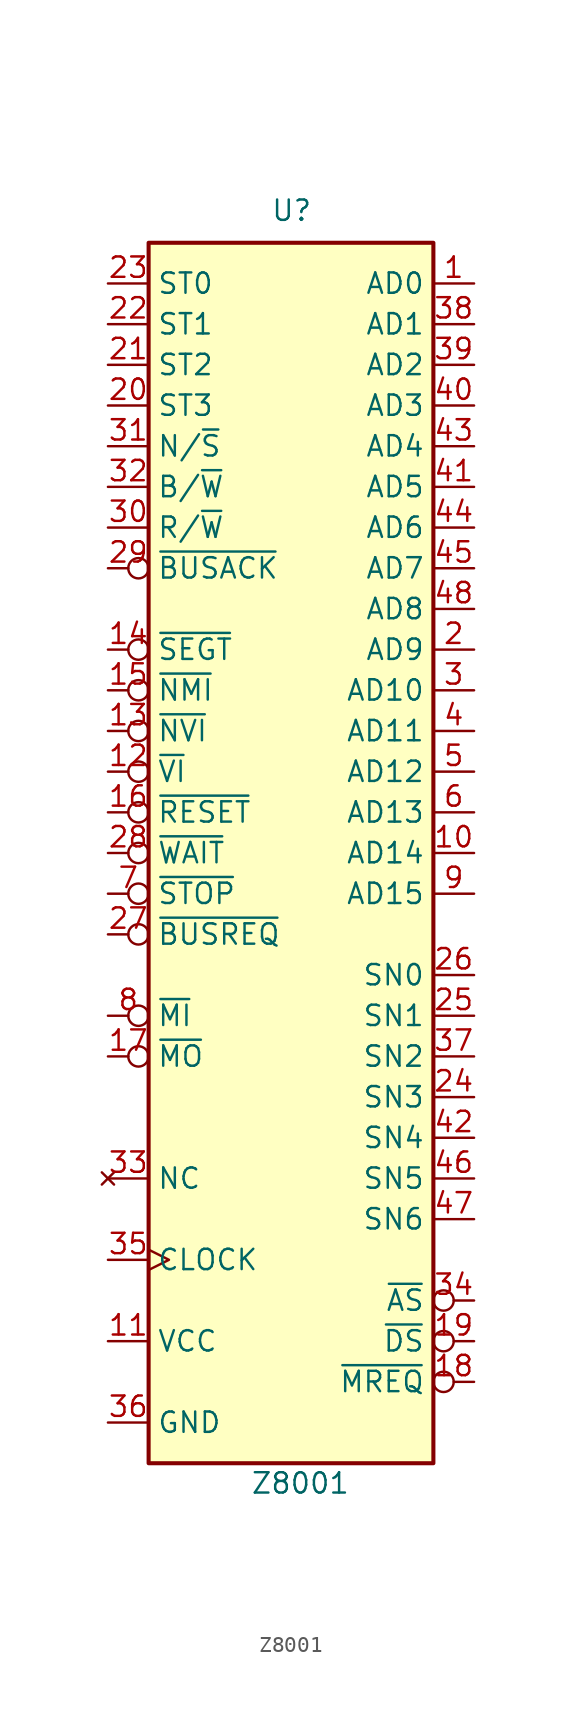
<source format=kicad_sym>
(kicad_symbol_lib
  (version 20231120)
  (generator "kicad_symbol_editor")
  (generator_version "8.0")
  (symbol "Z8001"
    (property "Reference" "U"
      (at -1.27 39.37 0)
      (effects (font (size 1.27 1.27)) (justify left bottom)))
    (property "Value" "Z8001"
      (at -2.54 -38.608 0)
      (effects (font (size 1.27 1.27)) (justify left top)))
    (symbol "Z8001_0_0"
      (pin input inverted (at -11.43 12.7 0) (length 2.54) (name "~{SEGT}" (effects (font (size 1.27 1.27)))) (number "14" (effects (font (size 1.27 1.27)))))
      (pin output line (at 11.43 -15.24 180) (length 2.54) (name "SN3" (effects (font (size 1.27 1.27)))) (number "24" (effects (font (size 1.27 1.27)))))
      (pin output line (at 11.43 -10.16 180) (length 2.54) (name "SN1" (effects (font (size 1.27 1.27)))) (number "25" (effects (font (size 1.27 1.27)))))
      (pin output line (at 11.43 -7.62 180) (length 2.54) (name "SN0" (effects (font (size 1.27 1.27)))) (number "26" (effects (font (size 1.27 1.27)))))
      (pin output line (at 11.43 -12.7 180) (length 2.54) (name "SN2" (effects (font (size 1.27 1.27)))) (number "37" (effects (font (size 1.27 1.27)))))
      (pin output line (at 11.43 -17.78 180) (length 2.54) (name "SN4" (effects (font (size 1.27 1.27)))) (number "42" (effects (font (size 1.27 1.27)))))
      (pin output line (at 11.43 -20.32 180) (length 2.54) (name "SN5" (effects (font (size 1.27 1.27)))) (number "46" (effects (font (size 1.27 1.27)))))
      (pin output line (at 11.43 -22.86 180) (length 2.54) (name "SN6" (effects (font (size 1.27 1.27)))) (number "47" (effects (font (size 1.27 1.27))))))
    (symbol "Z8001_0_1"
      (rectangle (start -8.89 38.1) (end 8.89 -38.1) (stroke (width 0.254) (type default)) (fill (type background))))
    (symbol "Z8001_1_1"
      (pin bidirectional line (at 11.43 35.56 180) (length 2.54) (name "AD0" (effects (font (size 1.27 1.27)))) (number "1" (effects (font (size 1.27 1.27)))))
      (pin bidirectional line (at 11.43 0 180) (length 2.54) (name "AD14" (effects (font (size 1.27 1.27)))) (number "10" (effects (font (size 1.27 1.27)))))
      (pin power_in line (at -11.43 -30.48 0) (length 2.54) (name "VCC" (effects (font (size 1.27 1.27)))) (number "11" (effects (font (size 1.27 1.27)))))
      (pin input inverted (at -11.43 5.08 0) (length 2.54) (name "~{VI}" (effects (font (size 1.27 1.27)))) (number "12" (effects (font (size 1.27 1.27)))))
      (pin input inverted (at -11.43 7.62 0) (length 2.54) (name "~{NVI}" (effects (font (size 1.27 1.27)))) (number "13" (effects (font (size 1.27 1.27)))))
      (pin input inverted (at -11.43 10.16 0) (length 2.54) (name "~{NMI}" (effects (font (size 1.27 1.27)))) (number "15" (effects (font (size 1.27 1.27)))))
      (pin input inverted (at -11.43 2.54 0) (length 2.54) (name "~{RESET}" (effects (font (size 1.27 1.27)))) (number "16" (effects (font (size 1.27 1.27)))))
      (pin output inverted (at -11.43 -12.7 0) (length 2.54) (name "~{MO}" (effects (font (size 1.27 1.27)))) (number "17" (effects (font (size 1.27 1.27)))))
      (pin output inverted (at 11.43 -33.02 180) (length 2.54) (name "~{MREQ}" (effects (font (size 1.27 1.27)))) (number "18" (effects (font (size 1.27 1.27)))))
      (pin output inverted (at 11.43 -30.48 180) (length 2.54) (name "~{DS}" (effects (font (size 1.27 1.27)))) (number "19" (effects (font (size 1.27 1.27)))))
      (pin bidirectional line (at 11.43 12.7 180) (length 2.54) (name "AD9" (effects (font (size 1.27 1.27)))) (number "2" (effects (font (size 1.27 1.27)))))
      (pin output line (at -11.43 27.94 0) (length 2.54) (name "ST3" (effects (font (size 1.27 1.27)))) (number "20" (effects (font (size 1.27 1.27)))))
      (pin output line (at -11.43 30.48 0) (length 2.54) (name "ST2" (effects (font (size 1.27 1.27)))) (number "21" (effects (font (size 1.27 1.27)))))
      (pin output line (at -11.43 33.02 0) (length 2.54) (name "ST1" (effects (font (size 1.27 1.27)))) (number "22" (effects (font (size 1.27 1.27)))))
      (pin output line (at -11.43 35.56 0) (length 2.54) (name "ST0" (effects (font (size 1.27 1.27)))) (number "23" (effects (font (size 1.27 1.27)))))
      (pin input inverted (at -11.43 -5.08 0) (length 2.54) (name "~{BUSREQ}" (effects (font (size 1.27 1.27)))) (number "27" (effects (font (size 1.27 1.27)))))
      (pin input inverted (at -11.43 0 0) (length 2.54) (name "~{WAIT}" (effects (font (size 1.27 1.27)))) (number "28" (effects (font (size 1.27 1.27)))))
      (pin output inverted (at -11.43 17.78 0) (length 2.54) (name "~{BUSACK}" (effects (font (size 1.27 1.27)))) (number "29" (effects (font (size 1.27 1.27)))))
      (pin bidirectional line (at 11.43 10.16 180) (length 2.54) (name "AD10" (effects (font (size 1.27 1.27)))) (number "3" (effects (font (size 1.27 1.27)))))
      (pin output line (at -11.43 20.32 0) (length 2.54) (name "R/~{W}" (effects (font (size 1.27 1.27)))) (number "30" (effects (font (size 1.27 1.27)))))
      (pin output line (at -11.43 25.4 0) (length 2.54) (name "N/~{S}" (effects (font (size 1.27 1.27)))) (number "31" (effects (font (size 1.27 1.27)))))
      (pin output line (at -11.43 22.86 0) (length 2.54) (name "B/~{W}" (effects (font (size 1.27 1.27)))) (number "32" (effects (font (size 1.27 1.27)))))
      (pin no_connect line (at -11.43 -20.32 0) (length 2.54) (name "NC" (effects (font (size 1.27 1.27)))) (number "33" (effects (font (size 1.27 1.27)))))
      (pin output inverted (at 11.43 -27.94 180) (length 2.54) (name "~{AS}" (effects (font (size 1.27 1.27)))) (number "34" (effects (font (size 1.27 1.27)))))
      (pin input clock (at -11.43 -25.4 0) (length 2.54) (name "CLOCK" (effects (font (size 1.27 1.27)))) (number "35" (effects (font (size 1.27 1.27)))))
      (pin power_in line (at -11.43 -35.56 0) (length 2.54) (name "GND" (effects (font (size 1.27 1.27)))) (number "36" (effects (font (size 1.27 1.27)))))
      (pin bidirectional line (at 11.43 33.02 180) (length 2.54) (name "AD1" (effects (font (size 1.27 1.27)))) (number "38" (effects (font (size 1.27 1.27)))))
      (pin bidirectional line (at 11.43 30.48 180) (length 2.54) (name "AD2" (effects (font (size 1.27 1.27)))) (number "39" (effects (font (size 1.27 1.27)))))
      (pin bidirectional line (at 11.43 7.62 180) (length 2.54) (name "AD11" (effects (font (size 1.27 1.27)))) (number "4" (effects (font (size 1.27 1.27)))))
      (pin bidirectional line (at 11.43 27.94 180) (length 2.54) (name "AD3" (effects (font (size 1.27 1.27)))) (number "40" (effects (font (size 1.27 1.27)))))
      (pin bidirectional line (at 11.43 22.86 180) (length 2.54) (name "AD5" (effects (font (size 1.27 1.27)))) (number "41" (effects (font (size 1.27 1.27)))))
      (pin bidirectional line (at 11.43 25.4 180) (length 2.54) (name "AD4" (effects (font (size 1.27 1.27)))) (number "43" (effects (font (size 1.27 1.27)))))
      (pin bidirectional line (at 11.43 20.32 180) (length 2.54) (name "AD6" (effects (font (size 1.27 1.27)))) (number "44" (effects (font (size 1.27 1.27)))))
      (pin bidirectional line (at 11.43 17.78 180) (length 2.54) (name "AD7" (effects (font (size 1.27 1.27)))) (number "45" (effects (font (size 1.27 1.27)))))
      (pin bidirectional line (at 11.43 15.24 180) (length 2.54) (name "AD8" (effects (font (size 1.27 1.27)))) (number "48" (effects (font (size 1.27 1.27)))))
      (pin bidirectional line (at 11.43 5.08 180) (length 2.54) (name "AD12" (effects (font (size 1.27 1.27)))) (number "5" (effects (font (size 1.27 1.27)))))
      (pin bidirectional line (at 11.43 2.54 180) (length 2.54) (name "AD13" (effects (font (size 1.27 1.27)))) (number "6" (effects (font (size 1.27 1.27)))))
      (pin input inverted (at -11.43 -2.54 0) (length 2.54) (name "~{STOP}" (effects (font (size 1.27 1.27)))) (number "7" (effects (font (size 1.27 1.27)))))
      (pin input inverted (at -11.43 -10.16 0) (length 2.54) (name "~{MI}" (effects (font (size 1.27 1.27)))) (number "8" (effects (font (size 1.27 1.27)))))
      (pin bidirectional line (at 11.43 -2.54 180) (length 2.54) (name "AD15" (effects (font (size 1.27 1.27)))) (number "9" (effects (font (size 1.27 1.27))))))))
</source>
